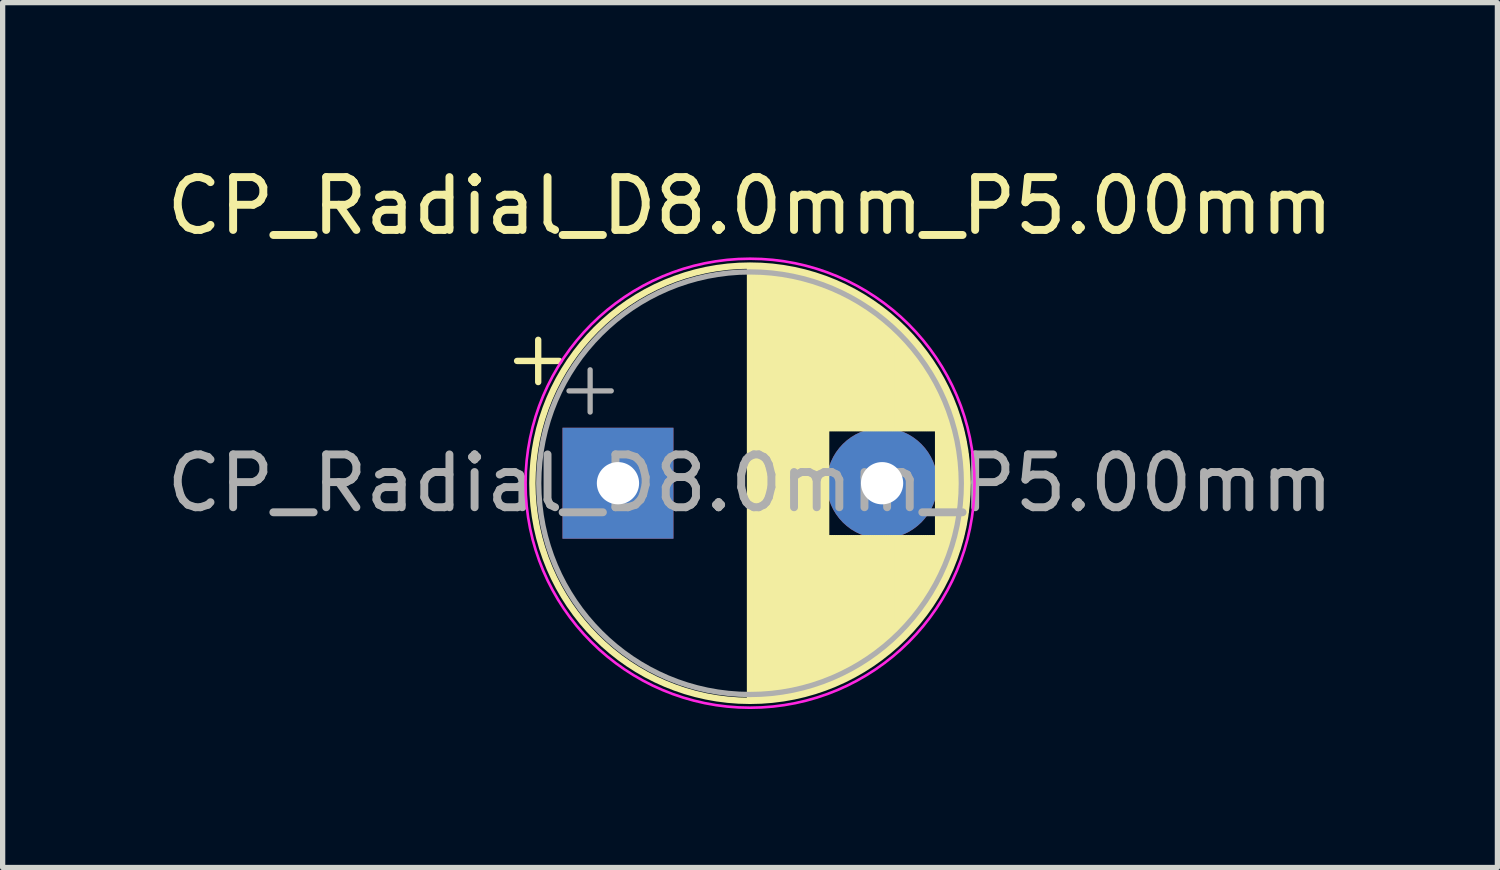
<source format=kicad_pcb>
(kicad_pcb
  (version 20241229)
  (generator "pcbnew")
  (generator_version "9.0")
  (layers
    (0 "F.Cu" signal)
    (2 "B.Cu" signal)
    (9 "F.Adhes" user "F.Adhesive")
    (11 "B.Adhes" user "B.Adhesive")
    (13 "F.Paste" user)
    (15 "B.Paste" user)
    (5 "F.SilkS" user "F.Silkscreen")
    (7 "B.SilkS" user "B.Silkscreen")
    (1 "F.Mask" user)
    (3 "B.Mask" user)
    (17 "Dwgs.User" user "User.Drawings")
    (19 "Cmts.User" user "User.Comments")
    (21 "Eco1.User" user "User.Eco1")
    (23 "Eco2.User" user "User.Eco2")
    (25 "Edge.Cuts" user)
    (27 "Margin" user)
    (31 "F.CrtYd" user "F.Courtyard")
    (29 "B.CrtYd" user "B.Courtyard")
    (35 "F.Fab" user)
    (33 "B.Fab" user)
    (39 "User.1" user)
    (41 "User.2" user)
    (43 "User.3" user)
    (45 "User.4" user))
  (footprint "CP_Radial_D8.0mm_P5.00mm"
    (layer "F.Cu")
    (at 8.649 6.098)
    (property "Reference" "CP_Radial_D8.0mm_P5.00mm" (at 2.5 -5.25 0) (layer "F.SilkS") (effects (font (size 1 1) (thickness 0.15))))
    (attr through_hole)
    (fp_line (start -1.91 -2.315) (end -1.11 -2.315) (stroke (width 0.12) (type solid)) (layer "F.SilkS"))
    (fp_line (start -1.51 -2.715) (end -1.51 -1.915) (stroke (width 0.12) (type solid)) (layer "F.SilkS"))
    (fp_line (start 2.5 -4.08) (end 2.5 4.08) (stroke (width 0.12) (type solid)) (layer "F.SilkS"))
    (fp_line (start 2.54 -4.08) (end 2.54 4.08) (stroke (width 0.12) (type solid)) (layer "F.SilkS"))
    (fp_line (start 2.58 -4.08) (end 2.58 4.08) (stroke (width 0.12) (type solid)) (layer "F.SilkS"))
    (fp_line (start 2.62 -4.079) (end 2.62 4.079) (stroke (width 0.12) (type solid)) (layer "F.SilkS"))
    (fp_line (start 2.66 -4.077) (end 2.66 4.077) (stroke (width 0.12) (type solid)) (layer "F.SilkS"))
    (fp_line (start 2.7 -4.076) (end 2.7 4.076) (stroke (width 0.12) (type solid)) (layer "F.SilkS"))
    (fp_line (start 2.74 -4.074) (end 2.74 4.074) (stroke (width 0.12) (type solid)) (layer "F.SilkS"))
    (fp_line (start 2.78 -4.071) (end 2.78 4.071) (stroke (width 0.12) (type solid)) (layer "F.SilkS"))
    (fp_line (start 2.82 -4.068) (end 2.82 4.068) (stroke (width 0.12) (type solid)) (layer "F.SilkS"))
    (fp_line (start 2.86 -4.065) (end 2.86 4.065) (stroke (width 0.12) (type solid)) (layer "F.SilkS"))
    (fp_line (start 2.9 -4.061) (end 2.9 4.061) (stroke (width 0.12) (type solid)) (layer "F.SilkS"))
    (fp_line (start 2.94 -4.057) (end 2.94 4.057) (stroke (width 0.12) (type solid)) (layer "F.SilkS"))
    (fp_line (start 2.98 -4.052) (end 2.98 4.052) (stroke (width 0.12) (type solid)) (layer "F.SilkS"))
    (fp_line (start 3.02 -4.048) (end 3.02 4.048) (stroke (width 0.12) (type solid)) (layer "F.SilkS"))
    (fp_line (start 3.06 -4.042) (end 3.06 4.042) (stroke (width 0.12) (type solid)) (layer "F.SilkS"))
    (fp_line (start 3.1 -4.037) (end 3.1 4.037) (stroke (width 0.12) (type solid)) (layer "F.SilkS"))
    (fp_line (start 3.14 -4.03) (end 3.14 4.03) (stroke (width 0.12) (type solid)) (layer "F.SilkS"))
    (fp_line (start 3.18 -4.024) (end 3.18 4.024) (stroke (width 0.12) (type solid)) (layer "F.SilkS"))
    (fp_line (start 3.221 -4.017) (end 3.221 4.017) (stroke (width 0.12) (type solid)) (layer "F.SilkS"))
    (fp_line (start 3.261 -4.01) (end 3.261 4.01) (stroke (width 0.12) (type solid)) (layer "F.SilkS"))
    (fp_line (start 3.301 -4.002) (end 3.301 4.002) (stroke (width 0.12) (type solid)) (layer "F.SilkS"))
    (fp_line (start 3.341 -3.994) (end 3.341 3.994) (stroke (width 0.12) (type solid)) (layer "F.SilkS"))
    (fp_line (start 3.381 -3.985) (end 3.381 3.985) (stroke (width 0.12) (type solid)) (layer "F.SilkS"))
    (fp_line (start 3.421 -3.976) (end 3.421 3.976) (stroke (width 0.12) (type solid)) (layer "F.SilkS"))
    (fp_line (start 3.461 -3.967) (end 3.461 3.967) (stroke (width 0.12) (type solid)) (layer "F.SilkS"))
    (fp_line (start 3.501 -3.957) (end 3.501 3.957) (stroke (width 0.12) (type solid)) (layer "F.SilkS"))
    (fp_line (start 3.541 -3.947) (end 3.541 3.947) (stroke (width 0.12) (type solid)) (layer "F.SilkS"))
    (fp_line (start 3.581 -3.936) (end 3.581 3.936) (stroke (width 0.12) (type solid)) (layer "F.SilkS"))
    (fp_line (start 3.621 -3.925) (end 3.621 3.925) (stroke (width 0.12) (type solid)) (layer "F.SilkS"))
    (fp_line (start 3.661 -3.914) (end 3.661 3.914) (stroke (width 0.12) (type solid)) (layer "F.SilkS"))
    (fp_line (start 3.701 -3.902) (end 3.701 3.902) (stroke (width 0.12) (type solid)) (layer "F.SilkS"))
    (fp_line (start 3.741 -3.889) (end 3.741 3.889) (stroke (width 0.12) (type solid)) (layer "F.SilkS"))
    (fp_line (start 3.781 -3.877) (end 3.781 3.877) (stroke (width 0.12) (type solid)) (layer "F.SilkS"))
    (fp_line (start 3.821 -3.863) (end 3.821 3.863) (stroke (width 0.12) (type solid)) (layer "F.SilkS"))
    (fp_line (start 3.861 -3.85) (end 3.861 3.85) (stroke (width 0.12) (type solid)) (layer "F.SilkS"))
    (fp_line (start 3.901 -3.835) (end 3.901 3.835) (stroke (width 0.12) (type solid)) (layer "F.SilkS"))
    (fp_line (start 3.941 -3.821) (end 3.941 3.821) (stroke (width 0.12) (type solid)) (layer "F.SilkS"))
    (fp_line (start 3.981 -3.805) (end 3.981 -1.04) (stroke (width 0.12) (type solid)) (layer "F.SilkS"))
    (fp_line (start 3.981 1.04) (end 3.981 3.805) (stroke (width 0.12) (type solid)) (layer "F.SilkS"))
    (fp_line (start 4.021 -3.79) (end 4.021 -1.04) (stroke (width 0.12) (type solid)) (layer "F.SilkS"))
    (fp_line (start 4.021 1.04) (end 4.021 3.79) (stroke (width 0.12) (type solid)) (layer "F.SilkS"))
    (fp_line (start 4.061 -3.774) (end 4.061 -1.04) (stroke (width 0.12) (type solid)) (layer "F.SilkS"))
    (fp_line (start 4.061 1.04) (end 4.061 3.774) (stroke (width 0.12) (type solid)) (layer "F.SilkS"))
    (fp_line (start 4.101 -3.757) (end 4.101 -1.04) (stroke (width 0.12) (type solid)) (layer "F.SilkS"))
    (fp_line (start 4.101 1.04) (end 4.101 3.757) (stroke (width 0.12) (type solid)) (layer "F.SilkS"))
    (fp_line (start 4.141 -3.74) (end 4.141 -1.04) (stroke (width 0.12) (type solid)) (layer "F.SilkS"))
    (fp_line (start 4.141 1.04) (end 4.141 3.74) (stroke (width 0.12) (type solid)) (layer "F.SilkS"))
    (fp_line (start 4.181 -3.722) (end 4.181 -1.04) (stroke (width 0.12) (type solid)) (layer "F.SilkS"))
    (fp_line (start 4.181 1.04) (end 4.181 3.722) (stroke (width 0.12) (type solid)) (layer "F.SilkS"))
    (fp_line (start 4.221 -3.704) (end 4.221 -1.04) (stroke (width 0.12) (type solid)) (layer "F.SilkS"))
    (fp_line (start 4.221 1.04) (end 4.221 3.704) (stroke (width 0.12) (type solid)) (layer "F.SilkS"))
    (fp_line (start 4.261 -3.686) (end 4.261 -1.04) (stroke (width 0.12) (type solid)) (layer "F.SilkS"))
    (fp_line (start 4.261 1.04) (end 4.261 3.686) (stroke (width 0.12) (type solid)) (layer "F.SilkS"))
    (fp_line (start 4.301 -3.666) (end 4.301 -1.04) (stroke (width 0.12) (type solid)) (layer "F.SilkS"))
    (fp_line (start 4.301 1.04) (end 4.301 3.666) (stroke (width 0.12) (type solid)) (layer "F.SilkS"))
    (fp_line (start 4.341 -3.647) (end 4.341 -1.04) (stroke (width 0.12) (type solid)) (layer "F.SilkS"))
    (fp_line (start 4.341 1.04) (end 4.341 3.647) (stroke (width 0.12) (type solid)) (layer "F.SilkS"))
    (fp_line (start 4.381 -3.627) (end 4.381 -1.04) (stroke (width 0.12) (type solid)) (layer "F.SilkS"))
    (fp_line (start 4.381 1.04) (end 4.381 3.627) (stroke (width 0.12) (type solid)) (layer "F.SilkS"))
    (fp_line (start 4.421 -3.606) (end 4.421 -1.04) (stroke (width 0.12) (type solid)) (layer "F.SilkS"))
    (fp_line (start 4.421 1.04) (end 4.421 3.606) (stroke (width 0.12) (type solid)) (layer "F.SilkS"))
    (fp_line (start 4.461 -3.584) (end 4.461 -1.04) (stroke (width 0.12) (type solid)) (layer "F.SilkS"))
    (fp_line (start 4.461 1.04) (end 4.461 3.584) (stroke (width 0.12) (type solid)) (layer "F.SilkS"))
    (fp_line (start 4.501 -3.562) (end 4.501 -1.04) (stroke (width 0.12) (type solid)) (layer "F.SilkS"))
    (fp_line (start 4.501 1.04) (end 4.501 3.562) (stroke (width 0.12) (type solid)) (layer "F.SilkS"))
    (fp_line (start 4.541 -3.54) (end 4.541 -1.04) (stroke (width 0.12) (type solid)) (layer "F.SilkS"))
    (fp_line (start 4.541 1.04) (end 4.541 3.54) (stroke (width 0.12) (type solid)) (layer "F.SilkS"))
    (fp_line (start 4.581 -3.517) (end 4.581 -1.04) (stroke (width 0.12) (type solid)) (layer "F.SilkS"))
    (fp_line (start 4.581 1.04) (end 4.581 3.517) (stroke (width 0.12) (type solid)) (layer "F.SilkS"))
    (fp_line (start 4.621 -3.493) (end 4.621 -1.04) (stroke (width 0.12) (type solid)) (layer "F.SilkS"))
    (fp_line (start 4.621 1.04) (end 4.621 3.493) (stroke (width 0.12) (type solid)) (layer "F.SilkS"))
    (fp_line (start 4.661 -3.469) (end 4.661 -1.04) (stroke (width 0.12) (type solid)) (layer "F.SilkS"))
    (fp_line (start 4.661 1.04) (end 4.661 3.469) (stroke (width 0.12) (type solid)) (layer "F.SilkS"))
    (fp_line (start 4.701 -3.444) (end 4.701 -1.04) (stroke (width 0.12) (type solid)) (layer "F.SilkS"))
    (fp_line (start 4.701 1.04) (end 4.701 3.444) (stroke (width 0.12) (type solid)) (layer "F.SilkS"))
    (fp_line (start 4.741 -3.418) (end 4.741 -1.04) (stroke (width 0.12) (type solid)) (layer "F.SilkS"))
    (fp_line (start 4.741 1.04) (end 4.741 3.418) (stroke (width 0.12) (type solid)) (layer "F.SilkS"))
    (fp_line (start 4.781 -3.392) (end 4.781 -1.04) (stroke (width 0.12) (type solid)) (layer "F.SilkS"))
    (fp_line (start 4.781 1.04) (end 4.781 3.392) (stroke (width 0.12) (type solid)) (layer "F.SilkS"))
    (fp_line (start 4.821 -3.365) (end 4.821 -1.04) (stroke (width 0.12) (type solid)) (layer "F.SilkS"))
    (fp_line (start 4.821 1.04) (end 4.821 3.365) (stroke (width 0.12) (type solid)) (layer "F.SilkS"))
    (fp_line (start 4.861 -3.338) (end 4.861 -1.04) (stroke (width 0.12) (type solid)) (layer "F.SilkS"))
    (fp_line (start 4.861 1.04) (end 4.861 3.338) (stroke (width 0.12) (type solid)) (layer "F.SilkS"))
    (fp_line (start 4.901 -3.309) (end 4.901 -1.04) (stroke (width 0.12) (type solid)) (layer "F.SilkS"))
    (fp_line (start 4.901 1.04) (end 4.901 3.309) (stroke (width 0.12) (type solid)) (layer "F.SilkS"))
    (fp_line (start 4.941 -3.28) (end 4.941 -1.04) (stroke (width 0.12) (type solid)) (layer "F.SilkS"))
    (fp_line (start 4.941 1.04) (end 4.941 3.28) (stroke (width 0.12) (type solid)) (layer "F.SilkS"))
    (fp_line (start 4.981 -3.25) (end 4.981 -1.04) (stroke (width 0.12) (type solid)) (layer "F.SilkS"))
    (fp_line (start 4.981 1.04) (end 4.981 3.25) (stroke (width 0.12) (type solid)) (layer "F.SilkS"))
    (fp_line (start 5.021 -3.22) (end 5.021 -1.04) (stroke (width 0.12) (type solid)) (layer "F.SilkS"))
    (fp_line (start 5.021 1.04) (end 5.021 3.22) (stroke (width 0.12) (type solid)) (layer "F.SilkS"))
    (fp_line (start 5.061 -3.189) (end 5.061 -1.04) (stroke (width 0.12) (type solid)) (layer "F.SilkS"))
    (fp_line (start 5.061 1.04) (end 5.061 3.189) (stroke (width 0.12) (type solid)) (layer "F.SilkS"))
    (fp_line (start 5.101 -3.156) (end 5.101 -1.04) (stroke (width 0.12) (type solid)) (layer "F.SilkS"))
    (fp_line (start 5.101 1.04) (end 5.101 3.156) (stroke (width 0.12) (type solid)) (layer "F.SilkS"))
    (fp_line (start 5.141 -3.124) (end 5.141 -1.04) (stroke (width 0.12) (type solid)) (layer "F.SilkS"))
    (fp_line (start 5.141 1.04) (end 5.141 3.124) (stroke (width 0.12) (type solid)) (layer "F.SilkS"))
    (fp_line (start 5.181 -3.09) (end 5.181 -1.04) (stroke (width 0.12) (type solid)) (layer "F.SilkS"))
    (fp_line (start 5.181 1.04) (end 5.181 3.09) (stroke (width 0.12) (type solid)) (layer "F.SilkS"))
    (fp_line (start 5.221 -3.055) (end 5.221 -1.04) (stroke (width 0.12) (type solid)) (layer "F.SilkS"))
    (fp_line (start 5.221 1.04) (end 5.221 3.055) (stroke (width 0.12) (type solid)) (layer "F.SilkS"))
    (fp_line (start 5.261 -3.019) (end 5.261 -1.04) (stroke (width 0.12) (type solid)) (layer "F.SilkS"))
    (fp_line (start 5.261 1.04) (end 5.261 3.019) (stroke (width 0.12) (type solid)) (layer "F.SilkS"))
    (fp_line (start 5.301 -2.983) (end 5.301 -1.04) (stroke (width 0.12) (type solid)) (layer "F.SilkS"))
    (fp_line (start 5.301 1.04) (end 5.301 2.983) (stroke (width 0.12) (type solid)) (layer "F.SilkS"))
    (fp_line (start 5.341 -2.945) (end 5.341 -1.04) (stroke (width 0.12) (type solid)) (layer "F.SilkS"))
    (fp_line (start 5.341 1.04) (end 5.341 2.945) (stroke (width 0.12) (type solid)) (layer "F.SilkS"))
    (fp_line (start 5.381 -2.907) (end 5.381 -1.04) (stroke (width 0.12) (type solid)) (layer "F.SilkS"))
    (fp_line (start 5.381 1.04) (end 5.381 2.907) (stroke (width 0.12) (type solid)) (layer "F.SilkS"))
    (fp_line (start 5.421 -2.867) (end 5.421 -1.04) (stroke (width 0.12) (type solid)) (layer "F.SilkS"))
    (fp_line (start 5.421 1.04) (end 5.421 2.867) (stroke (width 0.12) (type solid)) (layer "F.SilkS"))
    (fp_line (start 5.461 -2.826) (end 5.461 -1.04) (stroke (width 0.12) (type solid)) (layer "F.SilkS"))
    (fp_line (start 5.461 1.04) (end 5.461 2.826) (stroke (width 0.12) (type solid)) (layer "F.SilkS"))
    (fp_line (start 5.501 -2.784) (end 5.501 -1.04) (stroke (width 0.12) (type solid)) (layer "F.SilkS"))
    (fp_line (start 5.501 1.04) (end 5.501 2.784) (stroke (width 0.12) (type solid)) (layer "F.SilkS"))
    (fp_line (start 5.541 -2.741) (end 5.541 -1.04) (stroke (width 0.12) (type solid)) (layer "F.SilkS"))
    (fp_line (start 5.541 1.04) (end 5.541 2.741) (stroke (width 0.12) (type solid)) (layer "F.SilkS"))
    (fp_line (start 5.581 -2.697) (end 5.581 -1.04) (stroke (width 0.12) (type solid)) (layer "F.SilkS"))
    (fp_line (start 5.581 1.04) (end 5.581 2.697) (stroke (width 0.12) (type solid)) (layer "F.SilkS"))
    (fp_line (start 5.621 -2.651) (end 5.621 -1.04) (stroke (width 0.12) (type solid)) (layer "F.SilkS"))
    (fp_line (start 5.621 1.04) (end 5.621 2.651) (stroke (width 0.12) (type solid)) (layer "F.SilkS"))
    (fp_line (start 5.661 -2.604) (end 5.661 -1.04) (stroke (width 0.12) (type solid)) (layer "F.SilkS"))
    (fp_line (start 5.661 1.04) (end 5.661 2.604) (stroke (width 0.12) (type solid)) (layer "F.SilkS"))
    (fp_line (start 5.701 -2.556) (end 5.701 -1.04) (stroke (width 0.12) (type solid)) (layer "F.SilkS"))
    (fp_line (start 5.701 1.04) (end 5.701 2.556) (stroke (width 0.12) (type solid)) (layer "F.SilkS"))
    (fp_line (start 5.741 -2.505) (end 5.741 -1.04) (stroke (width 0.12) (type solid)) (layer "F.SilkS"))
    (fp_line (start 5.741 1.04) (end 5.741 2.505) (stroke (width 0.12) (type solid)) (layer "F.SilkS"))
    (fp_line (start 5.781 -2.454) (end 5.781 -1.04) (stroke (width 0.12) (type solid)) (layer "F.SilkS"))
    (fp_line (start 5.781 1.04) (end 5.781 2.454) (stroke (width 0.12) (type solid)) (layer "F.SilkS"))
    (fp_line (start 5.821 -2.4) (end 5.821 -1.04) (stroke (width 0.12) (type solid)) (layer "F.SilkS"))
    (fp_line (start 5.821 1.04) (end 5.821 2.4) (stroke (width 0.12) (type solid)) (layer "F.SilkS"))
    (fp_line (start 5.861 -2.345) (end 5.861 -1.04) (stroke (width 0.12) (type solid)) (layer "F.SilkS"))
    (fp_line (start 5.861 1.04) (end 5.861 2.345) (stroke (width 0.12) (type solid)) (layer "F.SilkS"))
    (fp_line (start 5.901 -2.287) (end 5.901 -1.04) (stroke (width 0.12) (type solid)) (layer "F.SilkS"))
    (fp_line (start 5.901 1.04) (end 5.901 2.287) (stroke (width 0.12) (type solid)) (layer "F.SilkS"))
    (fp_line (start 5.941 -2.228) (end 5.941 -1.04) (stroke (width 0.12) (type solid)) (layer "F.SilkS"))
    (fp_line (start 5.941 1.04) (end 5.941 2.228) (stroke (width 0.12) (type solid)) (layer "F.SilkS"))
    (fp_line (start 5.981 -2.166) (end 5.981 -1.04) (stroke (width 0.12) (type solid)) (layer "F.SilkS"))
    (fp_line (start 5.981 1.04) (end 5.981 2.166) (stroke (width 0.12) (type solid)) (layer "F.SilkS"))
    (fp_line (start 6.021 -2.102) (end 6.021 -1.04) (stroke (width 0.12) (type solid)) (layer "F.SilkS"))
    (fp_line (start 6.021 1.04) (end 6.021 2.102) (stroke (width 0.12) (type solid)) (layer "F.SilkS"))
    (fp_line (start 6.061 -2.034) (end 6.061 2.034) (stroke (width 0.12) (type solid)) (layer "F.SilkS"))
    (fp_line (start 6.101 -1.964) (end 6.101 1.964) (stroke (width 0.12) (type solid)) (layer "F.SilkS"))
    (fp_line (start 6.141 -1.89) (end 6.141 1.89) (stroke (width 0.12) (type solid)) (layer "F.SilkS"))
    (fp_line (start 6.181 -1.813) (end 6.181 1.813) (stroke (width 0.12) (type solid)) (layer "F.SilkS"))
    (fp_line (start 6.221 -1.731) (end 6.221 1.731) (stroke (width 0.12) (type solid)) (layer "F.SilkS"))
    (fp_line (start 6.261 -1.645) (end 6.261 1.645) (stroke (width 0.12) (type solid)) (layer "F.SilkS"))
    (fp_line (start 6.301 -1.552) (end 6.301 1.552) (stroke (width 0.12) (type solid)) (layer "F.SilkS"))
    (fp_line (start 6.341 -1.453) (end 6.341 1.453) (stroke (width 0.12) (type solid)) (layer "F.SilkS"))
    (fp_line (start 6.381 -1.346) (end 6.381 1.346) (stroke (width 0.12) (type solid)) (layer "F.SilkS"))
    (fp_line (start 6.421 -1.229) (end 6.421 1.229) (stroke (width 0.12) (type solid)) (layer "F.SilkS"))
    (fp_line (start 6.461 -1.098) (end 6.461 1.098) (stroke (width 0.12) (type solid)) (layer "F.SilkS"))
    (fp_line (start 6.501 -0.948) (end 6.501 0.948) (stroke (width 0.12) (type solid)) (layer "F.SilkS"))
    (fp_line (start 6.541 -0.768) (end 6.541 0.768) (stroke (width 0.12) (type solid)) (layer "F.SilkS"))
    (fp_line (start 6.581 -0.533) (end 6.581 0.533) (stroke (width 0.12) (type solid)) (layer "F.SilkS"))
    (fp_circle (center 2.5 0) (end 6.62 0) (stroke (width 0.12) (type solid)) (fill no) (layer "F.SilkS"))
    (fp_circle (center 2.5 0) (end 6.75 0) (stroke (width 0.05) (type solid)) (fill no) (layer "F.CrtYd"))
    (fp_line (start -0.927 -1.748) (end -0.127 -1.748) (stroke (width 0.1) (type solid)) (layer "F.Fab"))
    (fp_line (start -0.527 -2.147) (end -0.527 -1.347) (stroke (width 0.1) (type solid)) (layer "F.Fab"))
    (fp_circle (center 2.5 0) (end 6.5 0) (stroke (width 0.1) (type solid)) (fill no) (layer "F.Fab"))
    (fp_text user "${REFERENCE}" (at 2.5 0 0) (layer "F.Fab") (effects (font (size 1 1) (thickness 0.15))))
    (pad "1" thru_hole rect (at 0 0) (size 2.1 2.1) (drill 0.8) (layers "*.Cu" "*.Mask"))
    (pad "2" thru_hole circle (at 5 0) (size 2.1 2.1) (drill 0.8) (layers "*.Cu" "*.Mask")))
  (gr_rect
    (start -3 -3)
    (end 25.298 13.373)
    (stroke (width 0.1) (type default))
    (fill no)
    (layer "Edge.Cuts")))
</source>
